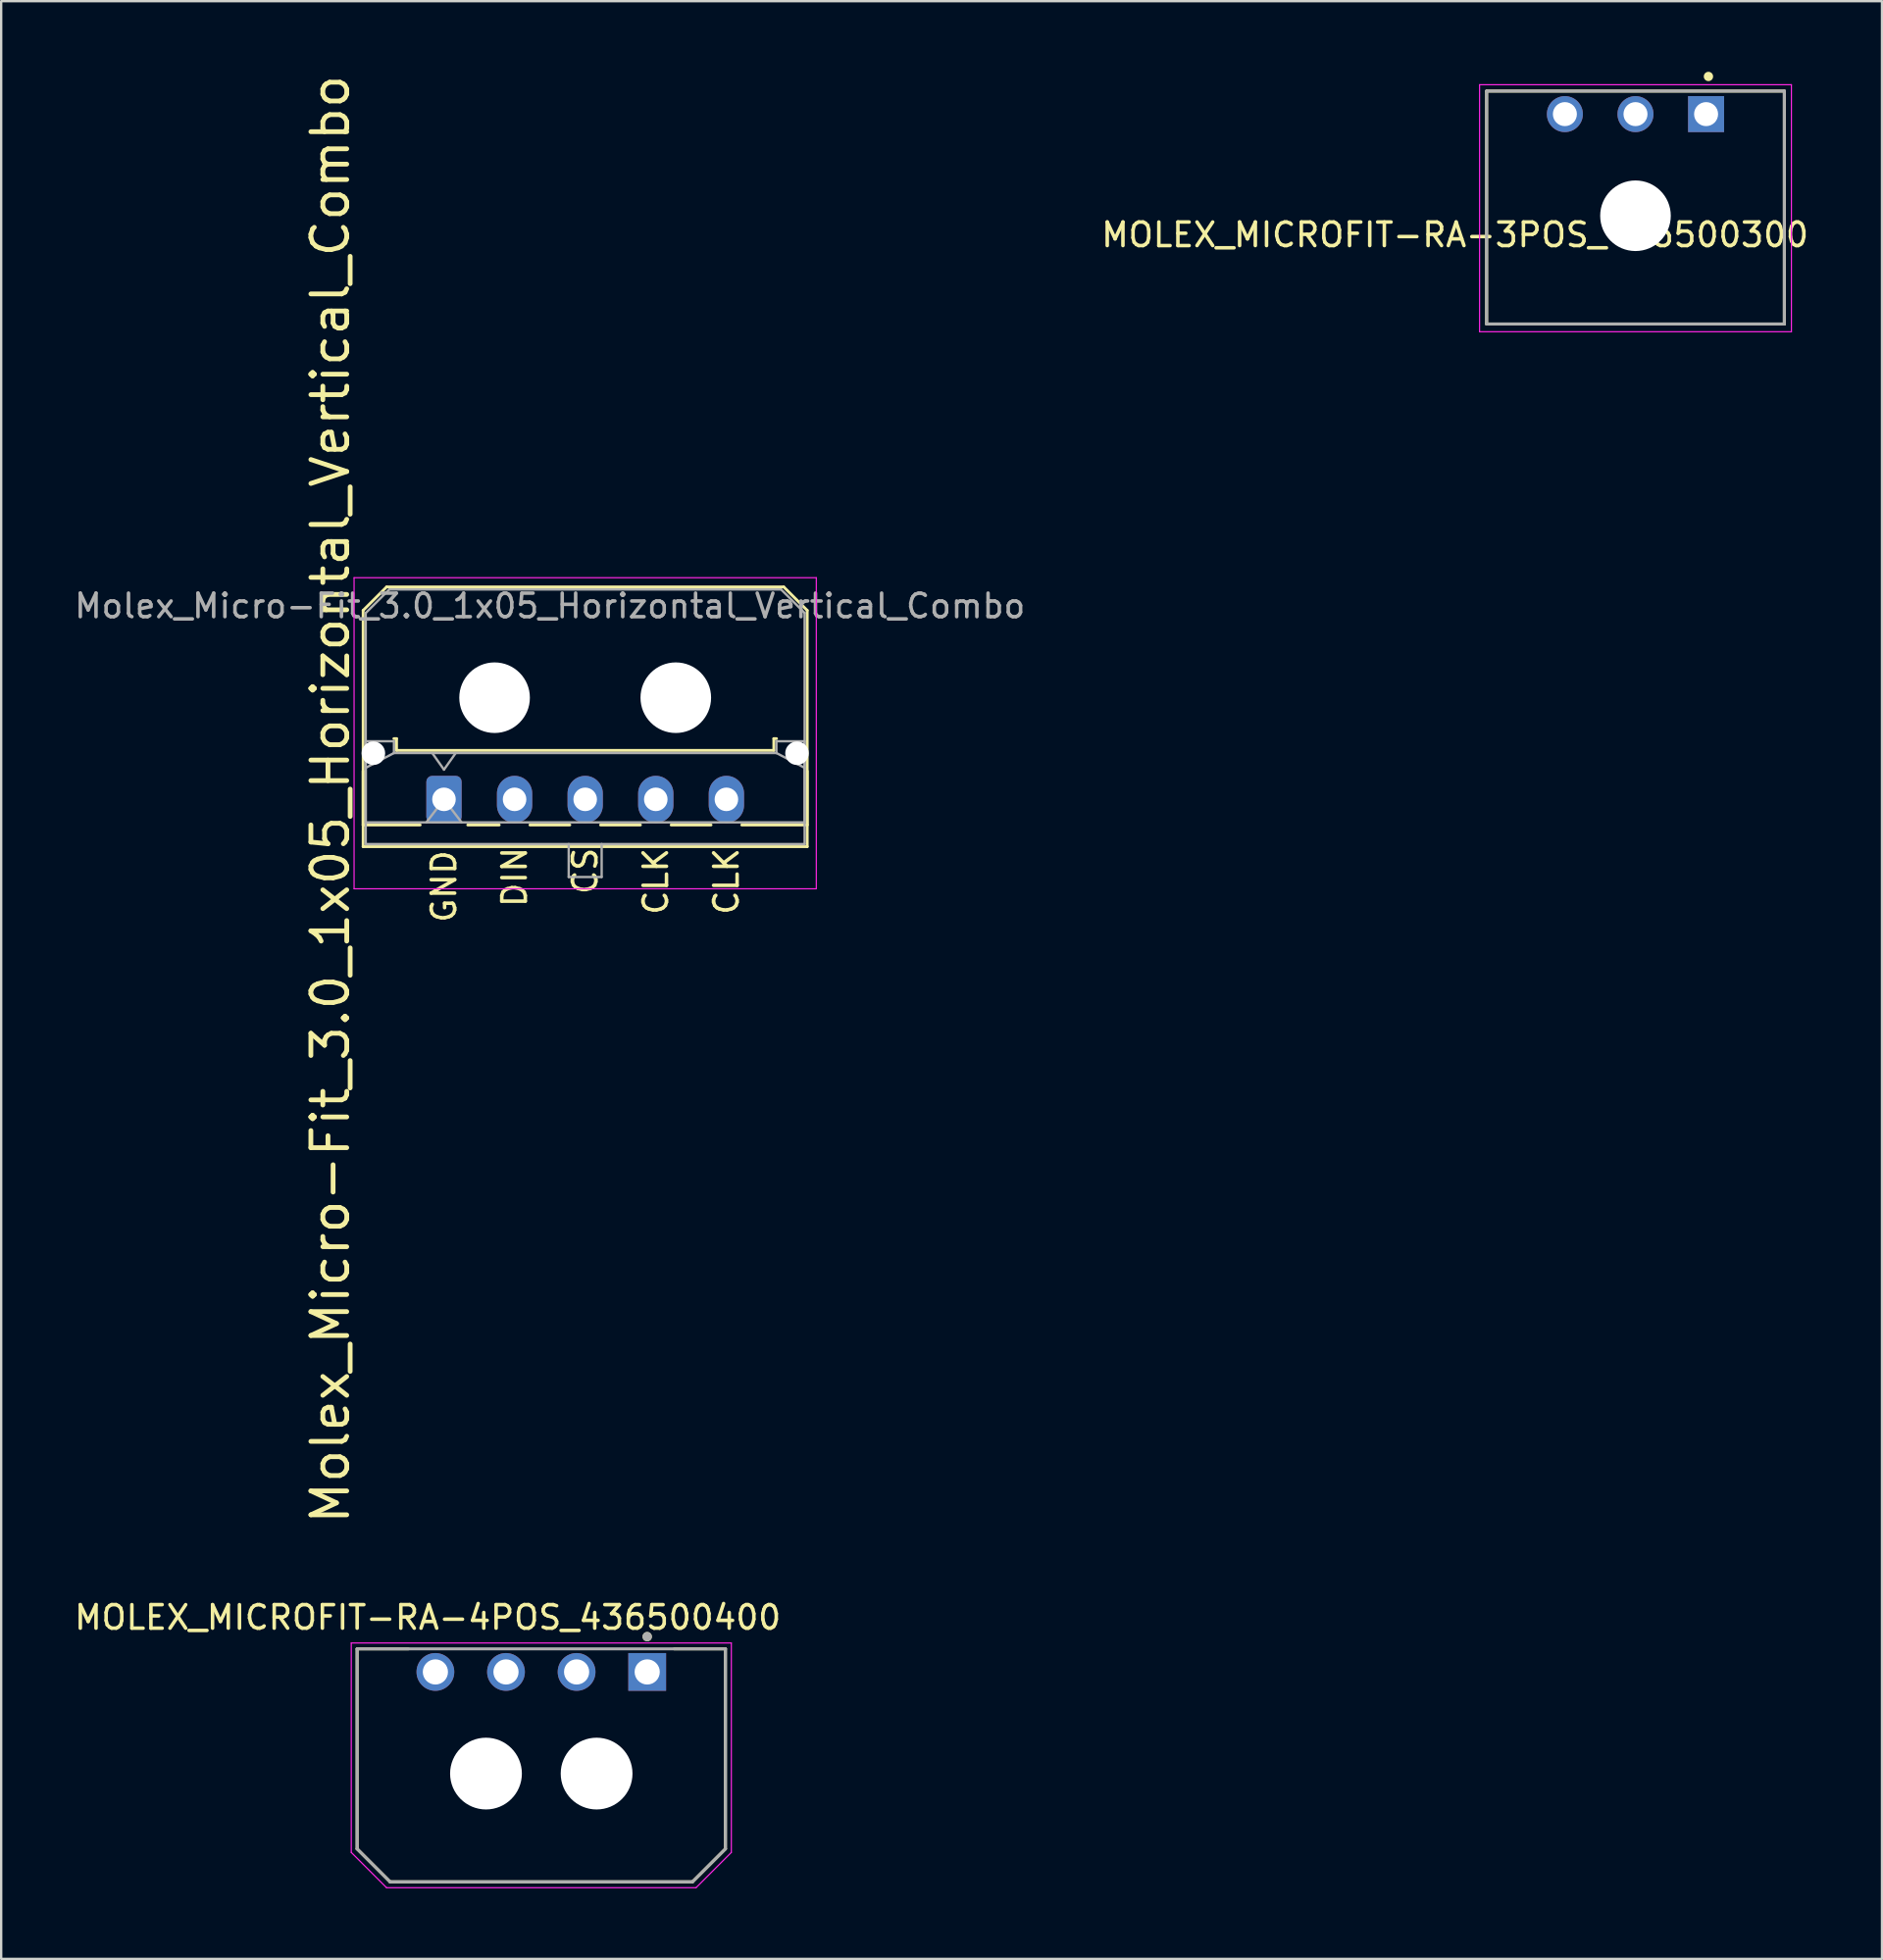
<source format=kicad_pcb>
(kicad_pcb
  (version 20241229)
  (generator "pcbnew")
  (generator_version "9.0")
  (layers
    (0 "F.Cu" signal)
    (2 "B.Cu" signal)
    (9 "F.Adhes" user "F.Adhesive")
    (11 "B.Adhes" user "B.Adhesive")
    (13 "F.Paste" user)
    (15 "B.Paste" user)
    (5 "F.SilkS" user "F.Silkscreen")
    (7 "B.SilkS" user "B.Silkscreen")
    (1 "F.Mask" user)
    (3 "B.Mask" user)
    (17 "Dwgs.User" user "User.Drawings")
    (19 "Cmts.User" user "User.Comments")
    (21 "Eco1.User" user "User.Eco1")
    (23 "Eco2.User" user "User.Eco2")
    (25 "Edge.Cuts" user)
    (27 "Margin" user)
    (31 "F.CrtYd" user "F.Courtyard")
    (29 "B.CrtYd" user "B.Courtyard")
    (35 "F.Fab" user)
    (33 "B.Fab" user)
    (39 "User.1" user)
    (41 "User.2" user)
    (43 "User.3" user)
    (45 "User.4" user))
  (footprint "Molex_Micro-Fit_3.0_1x05_Horizontal_Vertical_Combo"
    (layer "F.Cu")
    (at 15.815 30.923)
    (property "Reference" "Molex_Micro-Fit_3.0_1x05_Horizontal_Vertical_Combo" (at -4.826 0 90) (layer "F.SilkS") (effects (font (size 1.524 1.524) (thickness 0.203))))
    (attr through_hole)
    (fp_line (start -3.435 -8.03) (end -2.435 -9.03) (stroke (width 0.12) (type solid)) (layer "F.SilkS"))
    (fp_line (start -3.435 -1.2) (end -3.435 2.01) (stroke (width 0.12) (type solid)) (layer "F.SilkS"))
    (fp_line (start -3.435 1.09) (end -3.435 -8.03) (stroke (width 0.12) (type solid)) (layer "F.SilkS"))
    (fp_line (start -3.435 1.09) (end -1.01 1.09) (stroke (width 0.12) (type solid)) (layer "F.SilkS"))
    (fp_line (start -3.435 2.01) (end 15.435 2.01) (stroke (width 0.12) (type solid)) (layer "F.SilkS"))
    (fp_line (start -2.435 -9.03) (end 14.435 -9.03) (stroke (width 0.12) (type solid)) (layer "F.SilkS"))
    (fp_line (start -2.13 -2.58) (end -2.015 -2.58) (stroke (width 0.12) (type solid)) (layer "F.SilkS"))
    (fp_line (start -2.015 -2.58) (end -2.015 -2.08) (stroke (width 0.12) (type solid)) (layer "F.SilkS"))
    (fp_line (start -2.015 -2.08) (end 14.015 -2.08) (stroke (width 0.12) (type solid)) (layer "F.SilkS"))
    (fp_line (start 1.01 1.09) (end 2.348 1.09) (stroke (width 0.12) (type solid)) (layer "F.SilkS"))
    (fp_line (start 3.652 1.09) (end 5.348 1.09) (stroke (width 0.12) (type solid)) (layer "F.SilkS"))
    (fp_line (start 6.652 1.09) (end 8.348 1.09) (stroke (width 0.12) (type solid)) (layer "F.SilkS"))
    (fp_line (start 9.652 1.09) (end 11.348 1.09) (stroke (width 0.12) (type solid)) (layer "F.SilkS"))
    (fp_line (start 14.015 -2.58) (end 14.13 -2.58) (stroke (width 0.12) (type solid)) (layer "F.SilkS"))
    (fp_line (start 14.015 -2.08) (end 14.015 -2.58) (stroke (width 0.12) (type solid)) (layer "F.SilkS"))
    (fp_line (start 14.435 -9.03) (end 15.435 -8.03) (stroke (width 0.12) (type solid)) (layer "F.SilkS"))
    (fp_line (start 15.435 -8.03) (end 15.435 1.09) (stroke (width 0.12) (type solid)) (layer "F.SilkS"))
    (fp_line (start 15.435 1.09) (end 12.652 1.09) (stroke (width 0.12) (type solid)) (layer "F.SilkS"))
    (fp_line (start 15.435 2.01) (end 15.435 -1.2) (stroke (width 0.12) (type solid)) (layer "F.SilkS"))
    (fp_line (start -3.82 -9.42) (end -3.82 3.8) (stroke (width 0.05) (type default)) (layer "F.CrtYd"))
    (fp_line (start -3.82 -9.42) (end 15.82 -9.42) (stroke (width 0.05) (type solid)) (layer "F.CrtYd"))
    (fp_line (start 15.82 -9.42) (end 15.82 3.8) (stroke (width 0.05) (type default)) (layer "F.CrtYd"))
    (fp_line (start 15.82 3.8) (end -3.82 3.8) (stroke (width 0.05) (type solid)) (layer "F.CrtYd"))
    (fp_line (start -3.325 -7.92) (end -2.325 -8.92) (stroke (width 0.1) (type solid)) (layer "F.Fab"))
    (fp_line (start -3.325 -2.47) (end -3.325 1.9) (stroke (width 0.1) (type solid)) (layer "F.Fab"))
    (fp_line (start -3.325 -1.34) (end -2.125 -1.97) (stroke (width 0.1) (type solid)) (layer "F.Fab"))
    (fp_line (start -3.325 0.98) (end -3.325 -7.92) (stroke (width 0.1) (type solid)) (layer "F.Fab"))
    (fp_line (start -3.325 1.9) (end 15.325 1.9) (stroke (width 0.1) (type solid)) (layer "F.Fab"))
    (fp_line (start -2.325 -8.92) (end 14.325 -8.92) (stroke (width 0.1) (type solid)) (layer "F.Fab"))
    (fp_line (start -2.125 -2.47) (end -3.325 -2.47) (stroke (width 0.1) (type solid)) (layer "F.Fab"))
    (fp_line (start -2.125 -1.97) (end -2.125 -2.47) (stroke (width 0.1) (type solid)) (layer "F.Fab"))
    (fp_line (start -0.75 0.98) (end 0 0) (stroke (width 0.1) (type solid)) (layer "F.Fab"))
    (fp_line (start -0.5 -1.97) (end 0 -1.263) (stroke (width 0.1) (type solid)) (layer "F.Fab"))
    (fp_line (start 0 -1.263) (end 0.5 -1.97) (stroke (width 0.1) (type solid)) (layer "F.Fab"))
    (fp_line (start 0 0) (end 0.75 0.98) (stroke (width 0.1) (type solid)) (layer "F.Fab"))
    (fp_line (start 5.3 1.9) (end 5.3 3.3) (stroke (width 0.1) (type solid)) (layer "F.Fab"))
    (fp_line (start 5.3 3.3) (end 6.7 3.3) (stroke (width 0.1) (type solid)) (layer "F.Fab"))
    (fp_line (start 6.7 3.3) (end 6.7 1.9) (stroke (width 0.1) (type solid)) (layer "F.Fab"))
    (fp_line (start 14.125 -2.47) (end 14.125 -1.97) (stroke (width 0.1) (type solid)) (layer "F.Fab"))
    (fp_line (start 14.125 -1.97) (end -2.125 -1.97) (stroke (width 0.1) (type solid)) (layer "F.Fab"))
    (fp_line (start 14.325 -8.92) (end 15.325 -7.92) (stroke (width 0.1) (type solid)) (layer "F.Fab"))
    (fp_line (start 15.325 -7.92) (end 15.325 0.98) (stroke (width 0.1) (type solid)) (layer "F.Fab"))
    (fp_line (start 15.325 -2.47) (end 14.125 -2.47) (stroke (width 0.1) (type solid)) (layer "F.Fab"))
    (fp_line (start 15.325 -1.34) (end 14.125 -1.97) (stroke (width 0.1) (type solid)) (layer "F.Fab"))
    (fp_line (start 15.325 0.98) (end -3.325 0.98) (stroke (width 0.1) (type solid)) (layer "F.Fab"))
    (fp_line (start 15.325 1.9) (end 15.325 -2.47) (stroke (width 0.1) (type solid)) (layer "F.Fab"))
    (fp_text user "CLK" (at 9 3.487 90) (layer "F.SilkS") (effects (font (size 1 1) (thickness 0.15))))
    (fp_text user "DIN" (at 3 3.302 90) (layer "F.SilkS") (effects (font (size 1 1) (thickness 0.15))))
    (fp_text user "GND" (at 0 3.7 90) (layer "F.SilkS") (effects (font (size 1 1) (thickness 0.15))))
    (fp_text user "CS" (at 6 3.048 90) (layer "F.SilkS") (effects (font (size 1 1) (thickness 0.15))))
    (fp_text user "CLK" (at 12 3.487 90) (layer "F.SilkS") (effects (font (size 1 1) (thickness 0.15))))
    (fp_text user "${REFERENCE}" (at 4.5 -8.22 0) (layer "F.Fab") (effects (font (size 1 1) (thickness 0.15))))
    (pad "" np_thru_hole circle (at -3 -1.96) (size 1 1) (drill 1) (layers "*.Cu" "*.Mask"))
    (pad "" np_thru_hole circle (at 2.15 -4.32) (size 3 3) (drill 3) (layers "*.Cu" "*.Mask"))
    (pad "" np_thru_hole circle (at 9.85 -4.32) (size 3 3) (drill 3) (layers "*.Cu" "*.Mask"))
    (pad "" np_thru_hole circle (at 15 -1.96) (size 1 1) (drill 1) (layers "*.Cu" "*.Mask"))
    (pad "1" thru_hole roundrect (at 0 0) (size 1.5 2) (drill 1) (layers "*.Cu" "*.Mask") (roundrect_rratio 0.167))
    (pad "2" thru_hole oval (at 3 0) (size 1.5 2) (drill 1) (layers "*.Cu" "*.Mask"))
    (pad "3" thru_hole oval (at 6 0) (size 1.5 2) (drill 1) (layers "*.Cu" "*.Mask"))
    (pad "4" thru_hole oval (at 9 0) (size 1.5 2) (drill 1) (layers "*.Cu" "*.Mask"))
    (pad "5" thru_hole oval (at 12 0) (size 1.5 2) (drill 1) (layers "*.Cu" "*.Mask")))
  (footprint "MOLEX_MICROFIT-RA-4POS_436500400"
    (layer "F.Cu")
    (at 19.95 72.329)
    (property "Reference" "MOLEX_MICROFIT-RA-4POS_436500400" (at -4.825 -6.635 0) (layer "F.SilkS") (effects (font (size 1 1) (thickness 0.15))))
    (attr through_hole)
    (fp_line (start -7.825 -5.3) (end -7.825 3.2) (stroke (width 0.127) (type solid)) (layer "F.SilkS"))
    (fp_line (start -7.825 -5.3) (end -5.65 -5.3) (stroke (width 0.127) (type solid)) (layer "F.SilkS"))
    (fp_line (start -7.825 3.2) (end -6.425 4.6) (stroke (width 0.127) (type solid)) (layer "F.SilkS"))
    (fp_line (start -6.425 4.6) (end 6.425 4.6) (stroke (width 0.127) (type solid)) (layer "F.SilkS"))
    (fp_line (start 6.425 4.6) (end 7.825 3.2) (stroke (width 0.127) (type solid)) (layer "F.SilkS"))
    (fp_line (start 7.825 -5.3) (end 5.65 -5.3) (stroke (width 0.127) (type solid)) (layer "F.SilkS"))
    (fp_line (start 7.825 3.2) (end 7.825 -5.3) (stroke (width 0.127) (type solid)) (layer "F.SilkS"))
    (fp_circle (center 4.5 -5.82) (end 4.6 -5.82) (stroke (width 0.2) (type solid)) (fill no) (layer "F.SilkS"))
    (fp_line (start -8.075 -5.55) (end -8.075 3.35) (stroke (width 0.05) (type solid)) (layer "F.CrtYd"))
    (fp_line (start -8.075 3.35) (end -6.575 4.85) (stroke (width 0.05) (type solid)) (layer "F.CrtYd"))
    (fp_line (start -6.575 4.85) (end 6.575 4.85) (stroke (width 0.05) (type solid)) (layer "F.CrtYd"))
    (fp_line (start 6.575 4.85) (end 8.075 3.35) (stroke (width 0.05) (type solid)) (layer "F.CrtYd"))
    (fp_line (start 8.075 -5.55) (end -8.075 -5.55) (stroke (width 0.05) (type solid)) (layer "F.CrtYd"))
    (fp_line (start 8.075 3.35) (end 8.075 -5.55) (stroke (width 0.05) (type solid)) (layer "F.CrtYd"))
    (fp_line (start -7.825 -5.3) (end -7.825 3.2) (stroke (width 0.127) (type solid)) (layer "F.Fab"))
    (fp_line (start -7.825 3.2) (end -6.425 4.6) (stroke (width 0.127) (type solid)) (layer "F.Fab"))
    (fp_line (start -6.425 4.6) (end 6.425 4.6) (stroke (width 0.127) (type solid)) (layer "F.Fab"))
    (fp_line (start 6.425 4.6) (end 7.825 3.2) (stroke (width 0.127) (type solid)) (layer "F.Fab"))
    (fp_line (start 7.825 -5.3) (end -7.825 -5.3) (stroke (width 0.127) (type solid)) (layer "F.Fab"))
    (fp_line (start 7.825 3.2) (end 7.825 -5.3) (stroke (width 0.127) (type solid)) (layer "F.Fab"))
    (fp_circle (center 4.5 -5.82) (end 4.6 -5.82) (stroke (width 0.2) (type solid)) (fill no) (layer "F.Fab"))
    (pad "" np_thru_hole circle (at -2.35 0) (size 3.05 3.05) (drill 3.05) (layers "*.Cu" "*.Mask"))
    (pad "" np_thru_hole circle (at 2.35 0) (size 3.05 3.05) (drill 3.05) (layers "*.Cu" "*.Mask"))
    (pad "1" thru_hole rect (at 4.5 -4.32) (size 1.605 1.605) (drill 1.07) (layers "*.Cu" "*.Mask"))
    (pad "2" thru_hole circle (at 1.5 -4.32) (size 1.605 1.605) (drill 1.07) (layers "*.Cu" "*.Mask"))
    (pad "3" thru_hole circle (at -1.5 -4.32) (size 1.605 1.605) (drill 1.07) (layers "*.Cu" "*.Mask"))
    (pad "4" thru_hole circle (at -4.5 -4.32) (size 1.605 1.605) (drill 1.07) (layers "*.Cu" "*.Mask")))
  (footprint "MOLEX_MICROFIT-RA-3POS_436500300"
    (layer "F.Cu")
    (at 66.443 1.8)
    (property "Reference" "MOLEX_MICROFIT-RA-3POS_436500300" (at -7.669 5.131 180) (layer "F.SilkS") (effects (font (size 1.001 1.001) (thickness 0.15))))
    (attr through_hole)
    (fp_line (start -6.325 -0.98) (end 6.325 -0.98) (stroke (width 0.127) (type solid)) (layer "F.SilkS"))
    (fp_line (start -6.325 8.92) (end -6.325 -0.98) (stroke (width 0.127) (type solid)) (layer "F.SilkS"))
    (fp_line (start 6.325 -0.98) (end 6.325 8.92) (stroke (width 0.127) (type solid)) (layer "F.SilkS"))
    (fp_line (start 6.325 8.92) (end -6.325 8.92) (stroke (width 0.127) (type solid)) (layer "F.SilkS"))
    (fp_circle (center 3.1 -1.6) (end 3.2 -1.6) (stroke (width 0.2) (type solid)) (fill no) (layer "F.SilkS"))
    (fp_line (start -6.625 -1.25) (end 6.625 -1.25) (stroke (width 0.05) (type solid)) (layer "F.CrtYd"))
    (fp_line (start -6.625 9.25) (end -6.625 -1.25) (stroke (width 0.05) (type solid)) (layer "F.CrtYd"))
    (fp_line (start 6.625 -1.25) (end 6.625 9.25) (stroke (width 0.05) (type solid)) (layer "F.CrtYd"))
    (fp_line (start 6.625 9.25) (end -6.625 9.25) (stroke (width 0.05) (type solid)) (layer "F.CrtYd"))
    (fp_line (start -6.325 -0.98) (end 6.325 -0.98) (stroke (width 0.127) (type solid)) (layer "F.Fab"))
    (fp_line (start -6.325 8.92) (end -6.325 -0.98) (stroke (width 0.127) (type solid)) (layer "F.Fab"))
    (fp_line (start 6.325 -0.98) (end 6.325 8.92) (stroke (width 0.127) (type solid)) (layer "F.Fab"))
    (fp_line (start 6.325 8.92) (end -6.325 8.92) (stroke (width 0.127) (type solid)) (layer "F.Fab"))
    (pad "" np_thru_hole circle (at 0 4.32) (size 3 3) (drill 3) (layers "*.Cu" "*.Mask"))
    (pad "1" thru_hole rect (at 3 0) (size 1.53 1.53) (drill 1.02) (layers "*.Cu" "*.Mask"))
    (pad "2" thru_hole circle (at 0 0) (size 1.53 1.53) (drill 1.02) (layers "*.Cu" "*.Mask"))
    (pad "3" thru_hole circle (at -3 0) (size 1.53 1.53) (drill 1.02) (layers "*.Cu" "*.Mask")))
  (gr_rect
    (start -3 -3)
    (end 76.917 80.204)
    (stroke (width 0.1) (type default))
    (fill no)
    (layer "Edge.Cuts")))
</source>
